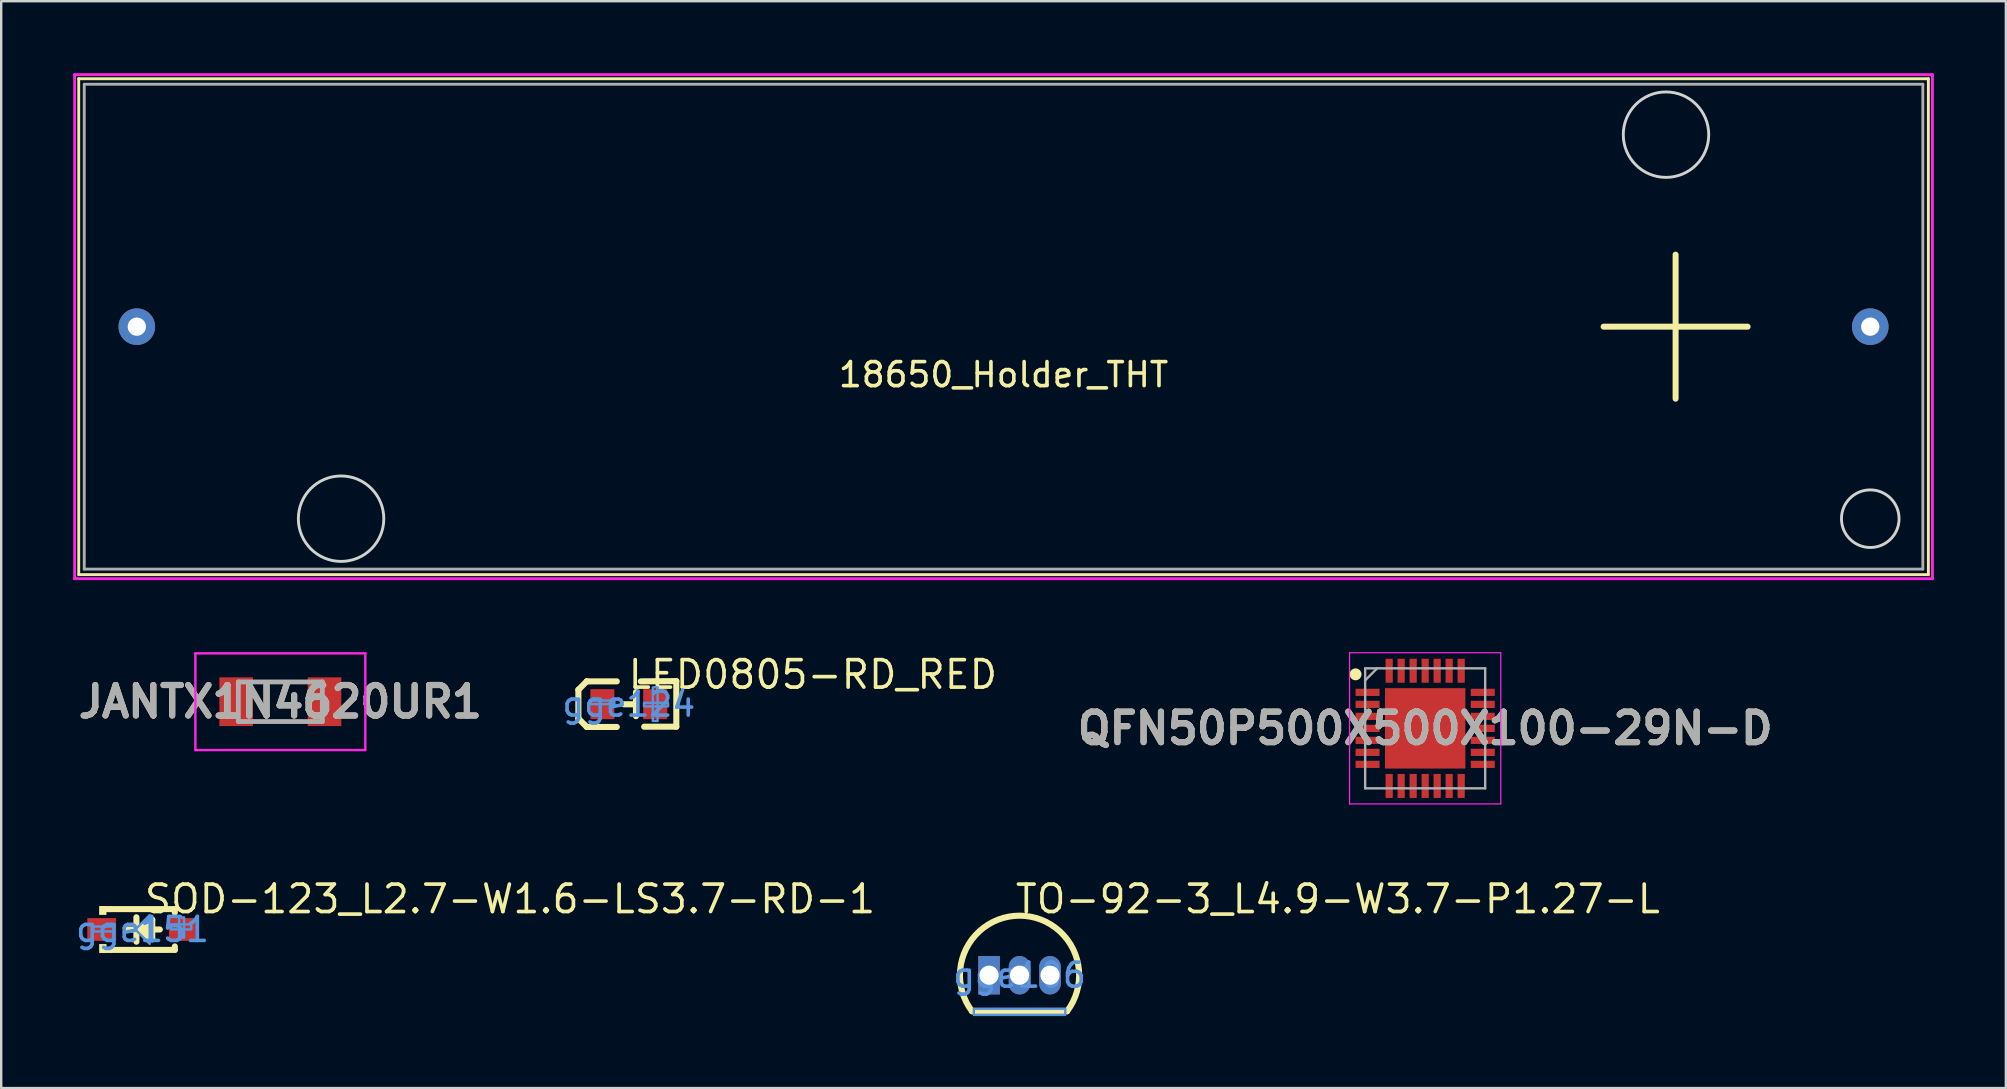
<source format=kicad_pcb>
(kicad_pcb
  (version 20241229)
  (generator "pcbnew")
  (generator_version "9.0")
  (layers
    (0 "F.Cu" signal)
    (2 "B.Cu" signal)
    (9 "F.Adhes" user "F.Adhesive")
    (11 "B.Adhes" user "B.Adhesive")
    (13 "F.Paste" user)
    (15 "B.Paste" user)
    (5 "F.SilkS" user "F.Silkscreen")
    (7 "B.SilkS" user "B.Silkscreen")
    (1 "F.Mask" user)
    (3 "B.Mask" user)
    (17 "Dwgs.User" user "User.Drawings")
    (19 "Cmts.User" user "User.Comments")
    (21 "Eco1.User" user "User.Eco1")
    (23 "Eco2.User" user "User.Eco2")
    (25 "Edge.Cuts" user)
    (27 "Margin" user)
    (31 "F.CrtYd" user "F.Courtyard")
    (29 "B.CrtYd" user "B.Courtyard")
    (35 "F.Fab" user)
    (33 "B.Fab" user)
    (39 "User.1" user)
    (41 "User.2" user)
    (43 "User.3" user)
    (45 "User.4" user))
  (footprint "SOD-123_L2.7-W1.6-LS3.7-RD-1"
    (layer "F.Cu")
    (at 2.887 35.675)
    (property "Reference" "SOD-123_L2.7-W1.6-LS3.7-RD-1" (at 0 -1.27 0) (layer "F.SilkS") (effects (font (size 1.143 1.143) (thickness 0.152)) (justify left)))
    (attr smd)
    (fp_line (start -1.643 -0.85) (end -1.644 -0.849) (stroke (width 0.254) (type solid)) (layer "F.SilkS"))
    (fp_line (start -1.638 0.85) (end -1.639 0.849) (stroke (width 0.254) (type solid)) (layer "F.SilkS"))
    (fp_line (start -1.346 -0.85) (end -1.643 -0.85) (stroke (width 0.254) (type solid)) (layer "F.SilkS"))
    (fp_line (start -1.346 -0.85) (end 1.346 -0.85) (stroke (width 0.254) (type solid)) (layer "F.SilkS"))
    (fp_line (start -1.346 0.85) (end -1.638 0.85) (stroke (width 0.254) (type solid)) (layer "F.SilkS"))
    (fp_line (start -0.28 0) (end -0.61 0) (stroke (width 0.254) (type solid)) (layer "F.SilkS"))
    (fp_line (start -0.254 -0.508) (end -0.254 0.508) (stroke (width 0.254) (type solid)) (layer "F.SilkS"))
    (fp_line (start -0.178 0) (end 0.406 -0.406) (stroke (width 0.254) (type solid)) (layer "F.SilkS"))
    (fp_line (start 0.406 -0.406) (end 0.406 0.406) (stroke (width 0.254) (type solid)) (layer "F.SilkS"))
    (fp_line (start 0.406 0) (end 0.72 0) (stroke (width 0.254) (type solid)) (layer "F.SilkS"))
    (fp_line (start 0.406 0.406) (end -0.178 0) (stroke (width 0.254) (type solid)) (layer "F.SilkS"))
    (fp_line (start 1.346 -0.85) (end 1.346 -0.706) (stroke (width 0.254) (type solid)) (layer "F.SilkS"))
    (fp_line (start 1.346 0.706) (end 1.346 0.85) (stroke (width 0.254) (type solid)) (layer "F.SilkS"))
    (fp_line (start 1.346 0.85) (end -1.346 0.85) (stroke (width 0.254) (type solid)) (layer "F.SilkS"))
    (fp_poly (pts (xy 0.406 0.406) (xy 0.406 -0.406) (xy -0.178 0)) (stroke (width 0) (type solid)) (fill yes) (layer "F.SilkS"))
    (fp_poly (pts (xy -1.502 -0.977) (xy -1.502 -0.607) (xy -1.806 -0.607) (xy -1.806 -0.977)) (stroke (width 0) (type solid)) (fill yes) (layer "F.SilkS"))
    (fp_poly (pts (xy -1.502 0.977) (xy -1.502 0.607) (xy -1.806 0.607) (xy -1.806 0.977)) (stroke (width 0) (type solid)) (fill yes) (layer "F.SilkS"))
    (fp_poly (pts (xy -0.3 0) (xy 0.3 0.6) (xy 0.3 -0.6)) (stroke (width 0.1) (type solid)) (fill no) (layer "Cmts.User"))
    (fp_poly (pts (xy -2.042 -0.124) (xy -1.2 -0.124) (xy -1.2 0.083) (xy -2.042 0.083)) (stroke (width 0.1) (type solid)) (fill no) (layer "Cmts.User"))
    (fp_poly (pts (xy 1.19 -0.212) (xy 2.032 -0.212) (xy 2.032 -0.005) (xy 1.189 -0.005)) (stroke (width 0.1) (type solid)) (fill no) (layer "Cmts.User"))
    (fp_poly (pts (xy 1.525 0.338) (xy 1.525 -0.504) (xy 1.732 -0.504) (xy 1.732 0.339)) (stroke (width 0.1) (type solid)) (fill no) (layer "Cmts.User"))
    (fp_text user "gge151" (at 0 0 0) (layer "Cmts.User") (effects (font (size 1 1) (thickness 0.15))))
    (pad "1" smd rect (at -1.7 0) (size 1.2 0.95) (layers "F.Cu" "F.Mask" "F.Paste"))
    (pad "2" smd rect (at 1.7 0) (size 1.2 0.95) (layers "F.Cu" "F.Mask" "F.Paste")))
  (footprint "18650_Holder_THT"
    (layer "F.Cu")
    (at 38.76 10.56)
    (property "Reference" "18650_Holder_THT" (at 0 2 0) (layer "F.SilkS") (effects (font (size 1 1) (thickness 0.15))))
    (attr through_hole)
    (fp_line (start -38.53 -10.33) (end 38.53 -10.33) (stroke (width 0.12) (type solid)) (layer "F.SilkS"))
    (fp_line (start -38.53 10.33) (end -38.53 -10.33) (stroke (width 0.12) (type solid)) (layer "F.SilkS"))
    (fp_line (start 25 0) (end 31 0) (stroke (width 0.25) (type solid)) (layer "F.SilkS"))
    (fp_line (start 28 -3) (end 28 3) (stroke (width 0.25) (type solid)) (layer "F.SilkS"))
    (fp_line (start 38.53 -10.33) (end 38.53 10.33) (stroke (width 0.12) (type solid)) (layer "F.SilkS"))
    (fp_line (start 38.53 10.33) (end -38.53 10.33) (stroke (width 0.12) (type solid)) (layer "F.SilkS"))
    (fp_circle (center -27.6 8) (end -27.6 6.22) (stroke (width 0.12) (type solid)) (fill no) (layer "Edge.Cuts"))
    (fp_circle (center 27.6 -8) (end 27.6 -6.22) (stroke (width 0.12) (type solid)) (fill no) (layer "Edge.Cuts"))
    (fp_circle (center 36.11 8) (end 36.11 6.8) (stroke (width 0.12) (type solid)) (fill no) (layer "Edge.Cuts"))
    (fp_line (start -38.7 -10.5) (end -38.7 10.5) (stroke (width 0.12) (type solid)) (layer "F.CrtYd"))
    (fp_line (start -38.7 10.5) (end 38.7 10.5) (stroke (width 0.12) (type solid)) (layer "F.CrtYd"))
    (fp_line (start 38.7 -10.5) (end -38.7 -10.5) (stroke (width 0.12) (type solid)) (layer "F.CrtYd"))
    (fp_line (start 38.7 10.5) (end 38.7 -10.5) (stroke (width 0.12) (type solid)) (layer "F.CrtYd"))
    (fp_line (start -38.3 -10.1) (end -38.3 10.1) (stroke (width 0.12) (type solid)) (layer "F.Fab"))
    (fp_line (start -38.3 10.1) (end 38.3 10.1) (stroke (width 0.12) (type solid)) (layer "F.Fab"))
    (fp_line (start 38.3 -10.1) (end -38.3 -10.1) (stroke (width 0.12) (type solid)) (layer "F.Fab"))
    (fp_line (start 38.3 10.1) (end 38.3 -10.1) (stroke (width 0.12) (type solid)) (layer "F.Fab"))
    (pad "1" thru_hole circle (at 36.11 0) (size 1.524 1.524) (drill 0.762) (layers "*.Cu" "*.Mask"))
    (pad "2" thru_hole circle (at -36.11 0) (size 1.524 1.524) (drill 0.762) (layers "*.Cu" "*.Mask")))
  (footprint "LED0805-RD_RED"
    (layer "F.Cu")
    (at 23.147 26.287)
    (property "Reference" "LED0805-RD_RED" (at -0.105 -1.232 0) (layer "F.SilkS") (effects (font (size 1.143 1.143) (thickness 0.152)) (justify left)))
    (attr smd)
    (fp_line (start -2.1 -0.6) (end -2.1 0.6) (stroke (width 0.254) (type solid)) (layer "F.SilkS"))
    (fp_line (start -1.75 -0.95) (end -2.1 -0.6) (stroke (width 0.254) (type solid)) (layer "F.SilkS"))
    (fp_line (start -1.75 -0.95) (end -1.75 -0.95) (stroke (width 0.254) (type solid)) (layer "F.SilkS"))
    (fp_line (start -1.75 0.95) (end -2.1 0.6) (stroke (width 0.254) (type solid)) (layer "F.SilkS"))
    (fp_line (start -1.75 0.95) (end -1.75 0.95) (stroke (width 0.254) (type solid)) (layer "F.SilkS"))
    (fp_line (start -0.5 -0.95) (end -1.75 -0.95) (stroke (width 0.254) (type solid)) (layer "F.SilkS"))
    (fp_line (start -0.5 0.95) (end -1.75 0.95) (stroke (width 0.254) (type solid)) (layer "F.SilkS"))
    (fp_line (start 0.3 -0.5) (end 0.3 0.5) (stroke (width 0.254) (type solid)) (layer "F.SilkS"))
    (fp_line (start 0.3 0.005) (end -0.2 0.005) (stroke (width 0.254) (type solid)) (layer "F.SilkS"))
    (fp_line (start 0.5 -0.95) (end 1.98 -0.96) (stroke (width 0.254) (type solid)) (layer "F.SilkS"))
    (fp_line (start 0.64 0.94) (end 1.98 0.94) (stroke (width 0.254) (type solid)) (layer "F.SilkS"))
    (fp_line (start 1.98 -0.96) (end 1.98 0.94) (stroke (width 0.254) (type solid)) (layer "F.SilkS"))
    (fp_poly (pts (xy -1.6 0) (xy -0.6 0) (xy -0.6 -0.15) (xy -1.6 -0.15)) (stroke (width 0.1) (type solid)) (fill no) (layer "Cmts.User"))
    (fp_poly (pts (xy 0.635 0.094) (xy 1.635 0.094) (xy 1.635 -0.056) (xy 0.635 -0.056)) (stroke (width 0.1) (type solid)) (fill no) (layer "Cmts.User"))
    (fp_poly (pts (xy 1 -0.7) (xy 1.2 -0.7) (xy 1.2 0.7) (xy 1 0.7)) (stroke (width 0.1) (type solid)) (fill no) (layer "Cmts.User"))
    (fp_text user "gge124" (at 0 0 0) (layer "Cmts.User") (effects (font (size 1 1) (thickness 0.15))))
    (pad "1" smd rect (at -1.1 0 180) (size 1 1.25) (layers "F.Cu" "F.Mask" "F.Paste"))
    (pad "2" smd rect (at 1.1 0 180) (size 1 1.25) (layers "F.Cu" "F.Mask" "F.Paste")))
  (footprint "TO-92-3_L4.9-W3.7-P1.27-L"
    (layer "F.Cu")
    (at 39.427 37.58)
    (property "Reference" "TO-92-3_L4.9-W3.7-P1.27-L" (at -0.254 -3.175 0) (layer "F.SilkS") (effects (font (size 1.143 1.143) (thickness 0.152)) (justify left)))
    (attr through_hole)
    (fp_line (start 1.98 1.5) (end -1.98 1.5) (stroke (width 0.254) (type solid)) (layer "F.SilkS"))
    (fp_arc (start -1.981 1.501) (mid 0.000196 -2.480619) (end 1.980764 1.501313) (stroke (width 0.254) (type solid)) (layer "F.SilkS"))
    (fp_poly (pts (xy -1.905 1.397) (xy 1.905 1.397) (xy 1.905 1.651) (xy -1.905 1.651)) (stroke (width 0.1) (type solid)) (fill no) (layer "Cmts.User"))
    (fp_text user "gge106" (at 0 0 0) (layer "Cmts.User") (effects (font (size 1 1) (thickness 0.15))))
    (pad "1" thru_hole rect (at -1.27 0) (size 0.9 1.6) (drill 0.8) (layers "*.Cu" "*.Paste" "*.Mask"))
    (pad "2" thru_hole oval (at 0 0) (size 0.9 1.6) (drill 0.8) (layers "*.Cu" "*.Paste" "*.Mask"))
    (pad "3" thru_hole oval (at 1.27 0) (size 0.9 1.6) (drill 0.8) (layers "*.Cu" "*.Paste" "*.Mask")))
  (footprint "JANTX1N4620UR1"
    (layer "F.Cu")
    (at 8.63 26.185)
    (property "Reference" "JANTX1N4620UR1" (at 0 0 0) (layer "F.SilkS") (effects (font (size 1.27 1.27) (thickness 0.254))))
    (attr smd)
    (fp_line (start -0.8 -0.825) (end 0.8 -0.825) (stroke (width 0.1) (type solid)) (layer "F.SilkS"))
    (fp_line (start -0.8 0.825) (end 0.8 0.825) (stroke (width 0.1) (type solid)) (layer "F.SilkS"))
    (fp_line (start -3.54 -2.015) (end 3.54 -2.015) (stroke (width 0.1) (type solid)) (layer "F.CrtYd"))
    (fp_line (start -3.54 2.015) (end -3.54 -2.015) (stroke (width 0.1) (type solid)) (layer "F.CrtYd"))
    (fp_line (start 3.54 -2.015) (end 3.54 2.015) (stroke (width 0.1) (type solid)) (layer "F.CrtYd"))
    (fp_line (start 3.54 2.015) (end -3.54 2.015) (stroke (width 0.1) (type solid)) (layer "F.CrtYd"))
    (fp_line (start -1.75 -0.825) (end 1.75 -0.825) (stroke (width 0.2) (type solid)) (layer "F.Fab"))
    (fp_line (start -1.75 0.825) (end -1.75 -0.825) (stroke (width 0.2) (type solid)) (layer "F.Fab"))
    (fp_line (start 1.75 -0.825) (end 1.75 0.825) (stroke (width 0.2) (type solid)) (layer "F.Fab"))
    (fp_line (start 1.75 0.825) (end -1.75 0.825) (stroke (width 0.2) (type solid)) (layer "F.Fab"))
    (fp_text user "${REFERENCE}" (at 0 0 0) (layer "F.Fab") (effects (font (size 1.27 1.27) (thickness 0.254))))
    (pad "1" smd rect (at -1.84 0) (size 1.4 2.03) (layers "F.Cu" "F.Mask" "F.Paste"))
    (pad "2" smd rect (at 1.84 0) (size 1.4 2.03) (layers "F.Cu" "F.Mask" "F.Paste")))
  (footprint "QFN50P500X500X100-29N-D"
    (layer "F.Cu")
    (at 56.326 27.295)
    (property "Reference" "QFN50P500X500X100-29N-D" (at 0 0 0) (layer "F.SilkS") (effects (font (size 1.27 1.27) (thickness 0.254))))
    (attr smd)
    (fp_circle (center -2.9 -2.25) (end -2.9 -2.125) (stroke (width 0.25) (type solid)) (fill no) (layer "F.SilkS"))
    (fp_line (start -3.15 -3.15) (end 3.15 -3.15) (stroke (width 0.05) (type solid)) (layer "F.CrtYd"))
    (fp_line (start -3.15 3.15) (end -3.15 -3.15) (stroke (width 0.05) (type solid)) (layer "F.CrtYd"))
    (fp_line (start 3.15 -3.15) (end 3.15 3.15) (stroke (width 0.05) (type solid)) (layer "F.CrtYd"))
    (fp_line (start 3.15 3.15) (end -3.15 3.15) (stroke (width 0.05) (type solid)) (layer "F.CrtYd"))
    (fp_line (start -2.5 -2.5) (end 2.5 -2.5) (stroke (width 0.1) (type solid)) (layer "F.Fab"))
    (fp_line (start -2.5 -2) (end -2 -2.5) (stroke (width 0.1) (type solid)) (layer "F.Fab"))
    (fp_line (start -2.5 2.5) (end -2.5 -2.5) (stroke (width 0.1) (type solid)) (layer "F.Fab"))
    (fp_line (start 2.5 -2.5) (end 2.5 2.5) (stroke (width 0.1) (type solid)) (layer "F.Fab"))
    (fp_line (start 2.5 2.5) (end -2.5 2.5) (stroke (width 0.1) (type solid)) (layer "F.Fab"))
    (fp_text user "${REFERENCE}" (at 0 0 0) (layer "F.Fab") (effects (font (size 1.27 1.27) (thickness 0.254))))
    (pad "1" smd rect (at -2.4 -1.5 90) (size 0.3 1) (layers "F.Cu" "F.Mask" "F.Paste"))
    (pad "2" smd rect (at -2.4 -1 90) (size 0.3 1) (layers "F.Cu" "F.Mask" "F.Paste"))
    (pad "3" smd rect (at -2.4 -0.5 90) (size 0.3 1) (layers "F.Cu" "F.Mask" "F.Paste"))
    (pad "4" smd rect (at -2.4 0 90) (size 0.3 1) (layers "F.Cu" "F.Mask" "F.Paste"))
    (pad "5" smd rect (at -2.4 0.5 90) (size 0.3 1) (layers "F.Cu" "F.Mask" "F.Paste"))
    (pad "6" smd rect (at -2.4 1 90) (size 0.3 1) (layers "F.Cu" "F.Mask" "F.Paste"))
    (pad "7" smd rect (at -2.4 1.5 90) (size 0.3 1) (layers "F.Cu" "F.Mask" "F.Paste"))
    (pad "8" smd rect (at -1.5 2.4) (size 0.3 1) (layers "F.Cu" "F.Mask" "F.Paste"))
    (pad "9" smd rect (at -1 2.4) (size 0.3 1) (layers "F.Cu" "F.Mask" "F.Paste"))
    (pad "10" smd rect (at -0.5 2.4) (size 0.3 1) (layers "F.Cu" "F.Mask" "F.Paste"))
    (pad "11" smd rect (at 0 2.4) (size 0.3 1) (layers "F.Cu" "F.Mask" "F.Paste"))
    (pad "12" smd rect (at 0.5 2.4) (size 0.3 1) (layers "F.Cu" "F.Mask" "F.Paste"))
    (pad "13" smd rect (at 1 2.4) (size 0.3 1) (layers "F.Cu" "F.Mask" "F.Paste"))
    (pad "14" smd rect (at 1.5 2.4) (size 0.3 1) (layers "F.Cu" "F.Mask" "F.Paste"))
    (pad "15" smd rect (at 2.4 1.5 90) (size 0.3 1) (layers "F.Cu" "F.Mask" "F.Paste"))
    (pad "16" smd rect (at 2.4 1 90) (size 0.3 1) (layers "F.Cu" "F.Mask" "F.Paste"))
    (pad "17" smd rect (at 2.4 0.5 90) (size 0.3 1) (layers "F.Cu" "F.Mask" "F.Paste"))
    (pad "18" smd rect (at 2.4 0 90) (size 0.3 1) (layers "F.Cu" "F.Mask" "F.Paste"))
    (pad "19" smd rect (at 2.4 -0.5 90) (size 0.3 1) (layers "F.Cu" "F.Mask" "F.Paste"))
    (pad "20" smd rect (at 2.4 -1 90) (size 0.3 1) (layers "F.Cu" "F.Mask" "F.Paste"))
    (pad "21" smd rect (at 2.4 -1.5 90) (size 0.3 1) (layers "F.Cu" "F.Mask" "F.Paste"))
    (pad "22" smd rect (at 1.5 -2.4) (size 0.3 1) (layers "F.Cu" "F.Mask" "F.Paste"))
    (pad "23" smd rect (at 1 -2.4) (size 0.3 1) (layers "F.Cu" "F.Mask" "F.Paste"))
    (pad "24" smd rect (at 0.5 -2.4) (size 0.3 1) (layers "F.Cu" "F.Mask" "F.Paste"))
    (pad "25" smd rect (at 0 -2.4) (size 0.3 1) (layers "F.Cu" "F.Mask" "F.Paste"))
    (pad "26" smd rect (at -0.5 -2.4) (size 0.3 1) (layers "F.Cu" "F.Mask" "F.Paste"))
    (pad "27" smd rect (at -1 -2.4) (size 0.3 1) (layers "F.Cu" "F.Mask" "F.Paste"))
    (pad "28" smd rect (at -1.5 -2.4) (size 0.3 1) (layers "F.Cu" "F.Mask" "F.Paste"))
    (pad "29" smd rect (at 0 0) (size 3.35 3.35) (layers "F.Cu" "F.Mask" "F.Paste")))
  (gr_rect
    (start -3 -3)
    (end 80.52 42.281)
    (stroke (width 0.1) (type default))
    (fill no)
    (layer "Edge.Cuts")))
</source>
